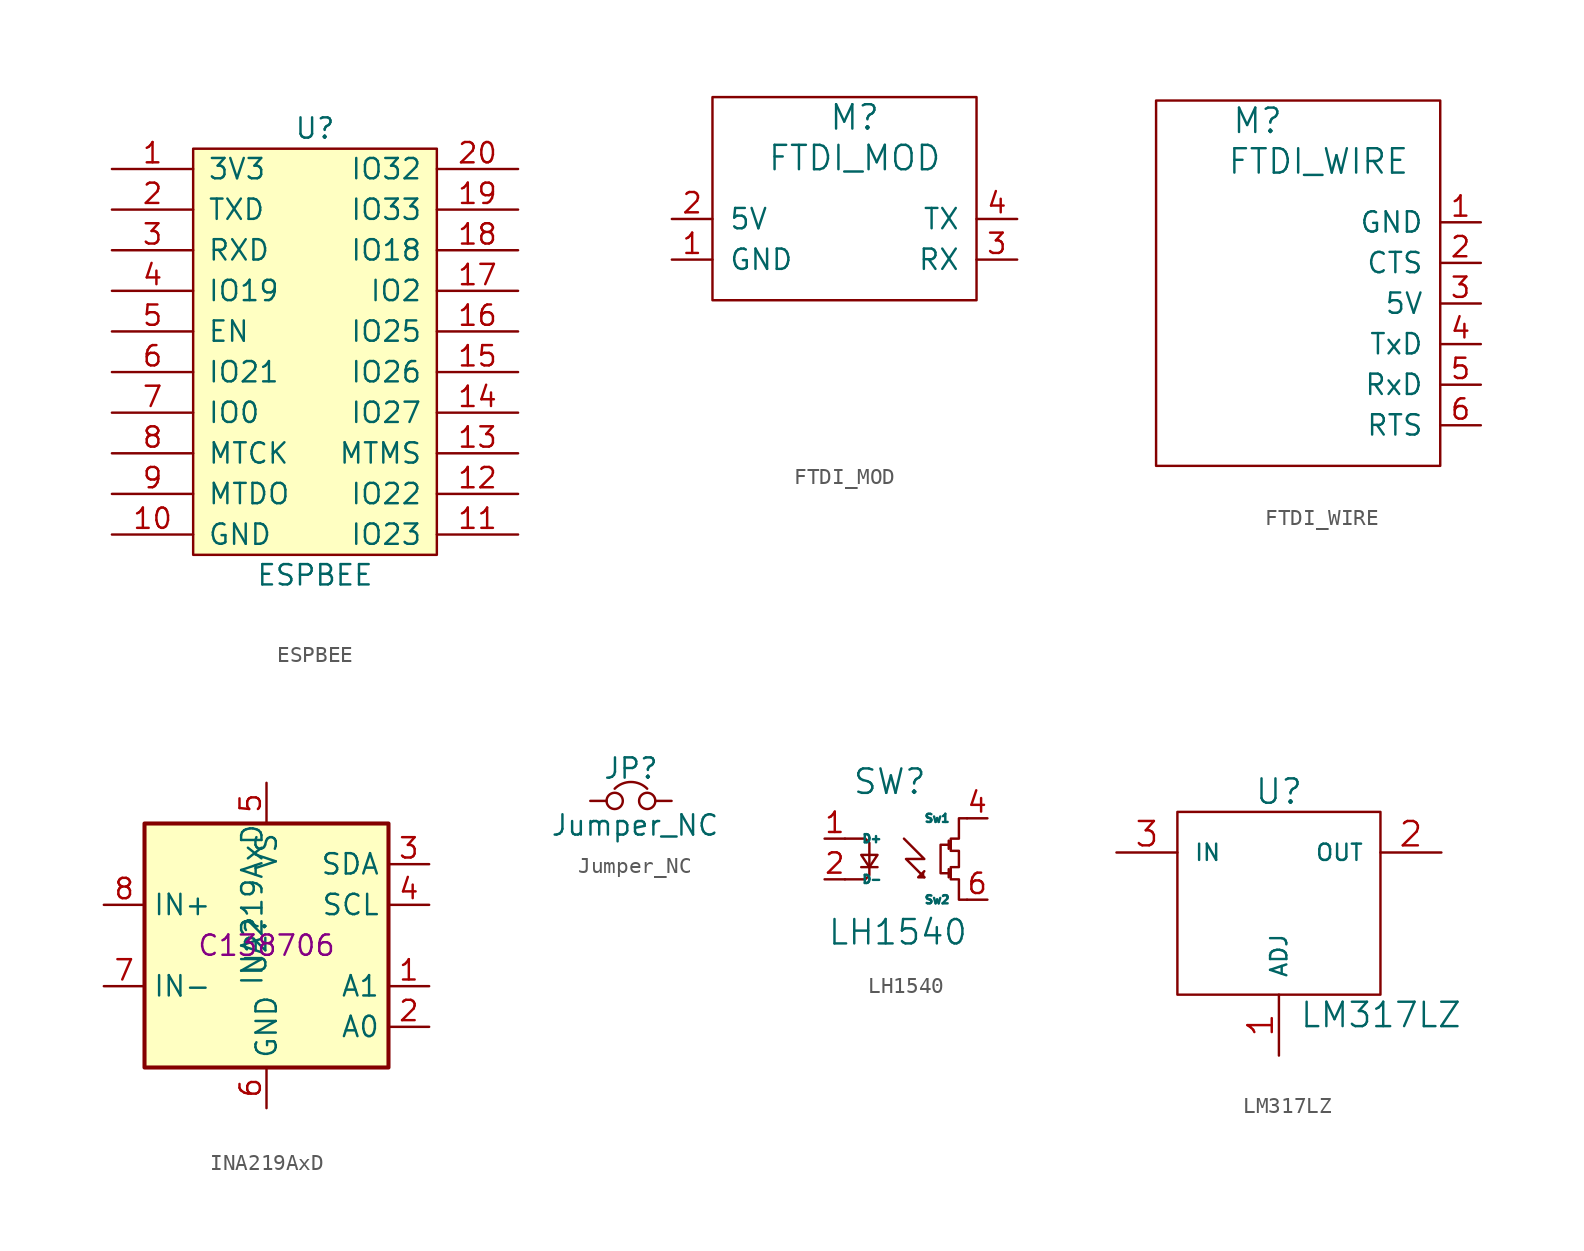
<source format=kicad_sym>
(kicad_symbol_lib
  (version 20220126)
  (generator kicad_symbol_editor)
  (symbol "ESPBEE"
    (pin_names
      (offset 0.889))
    (property "Reference" "U"
      (at 0 13.97 0)
      (effects (font (size 1.27 1.27))))
    (property "Value" "ESPBEE"
      (at 0 -13.97 0)
      (effects (font (size 1.27 1.27))))
    (symbol "ESPBEE_0_1"
      (rectangle (start -7.62 -12.7) (end 7.62 12.7) (stroke (width 0) (type default)) (fill (type background))))
    (symbol "ESPBEE_1_1"
      (pin power_in line (at -12.7 11.43 0) (length 5.08) (name "3V3" (effects (font (size 1.27 1.27)))) (number "1" (effects (font (size 1.27 1.27)))))
      (pin power_in line (at -12.7 -11.43 0) (length 5.08) (name "GND" (effects (font (size 1.27 1.27)))) (number "10" (effects (font (size 1.27 1.27)))))
      (pin bidirectional line (at 12.7 -11.43 180) (length 5.08) (name "IO23" (effects (font (size 1.27 1.27)))) (number "11" (effects (font (size 1.27 1.27)))))
      (pin bidirectional line (at 12.7 -8.89 180) (length 5.08) (name "IO22" (effects (font (size 1.27 1.27)))) (number "12" (effects (font (size 1.27 1.27)))))
      (pin bidirectional line (at 12.7 -6.35 180) (length 5.08) (name "MTMS" (effects (font (size 1.27 1.27)))) (number "13" (effects (font (size 1.27 1.27)))))
      (pin bidirectional line (at 12.7 -3.81 180) (length 5.08) (name "IO27" (effects (font (size 1.27 1.27)))) (number "14" (effects (font (size 1.27 1.27)))))
      (pin bidirectional line (at 12.7 -1.27 180) (length 5.08) (name "IO26" (effects (font (size 1.27 1.27)))) (number "15" (effects (font (size 1.27 1.27)))))
      (pin bidirectional line (at 12.7 1.27 180) (length 5.08) (name "IO25" (effects (font (size 1.27 1.27)))) (number "16" (effects (font (size 1.27 1.27)))))
      (pin bidirectional line (at 12.7 3.81 180) (length 5.08) (name "IO2" (effects (font (size 1.27 1.27)))) (number "17" (effects (font (size 1.27 1.27)))))
      (pin bidirectional line (at 12.7 6.35 180) (length 5.08) (name "IO18" (effects (font (size 1.27 1.27)))) (number "18" (effects (font (size 1.27 1.27)))))
      (pin bidirectional line (at 12.7 8.89 180) (length 5.08) (name "IO33" (effects (font (size 1.27 1.27)))) (number "19" (effects (font (size 1.27 1.27)))))
      (pin output line (at -12.7 8.89 0) (length 5.08) (name "TXD" (effects (font (size 1.27 1.27)))) (number "2" (effects (font (size 1.27 1.27)))))
      (pin bidirectional line (at 12.7 11.43 180) (length 5.08) (name "IO32" (effects (font (size 1.27 1.27)))) (number "20" (effects (font (size 1.27 1.27)))))
      (pin input line (at -12.7 6.35 0) (length 5.08) (name "RXD" (effects (font (size 1.27 1.27)))) (number "3" (effects (font (size 1.27 1.27)))))
      (pin bidirectional line (at -12.7 3.81 0) (length 5.08) (name "IO19" (effects (font (size 1.27 1.27)))) (number "4" (effects (font (size 1.27 1.27)))))
      (pin input line (at -12.7 1.27 0) (length 5.08) (name "EN" (effects (font (size 1.27 1.27)))) (number "5" (effects (font (size 1.27 1.27)))))
      (pin bidirectional line (at -12.7 -1.27 0) (length 5.08) (name "IO21" (effects (font (size 1.27 1.27)))) (number "6" (effects (font (size 1.27 1.27)))))
      (pin bidirectional line (at -12.7 -3.81 0) (length 5.08) (name "IO0" (effects (font (size 1.27 1.27)))) (number "7" (effects (font (size 1.27 1.27)))))
      (pin bidirectional line (at -12.7 -6.35 0) (length 5.08) (name "MTCK" (effects (font (size 1.27 1.27)))) (number "8" (effects (font (size 1.27 1.27)))))
      (pin output line (at -12.7 -8.89 0) (length 5.08) (name "MTDO" (effects (font (size 1.27 1.27)))) (number "9" (effects (font (size 1.27 1.27)))))))
  (symbol "FTDI_MOD"
    (pin_names
      (offset 1.016))
    (property "Reference" "M"
      (at 0 0 0)
      (effects (font (size 1.524 1.524))))
    (property "Value" "FTDI_MOD"
      (at 0 -2.54 0)
      (effects (font (size 1.524 1.524))))
    (symbol "FTDI_MOD_0_1"
      (rectangle (start 7.62 -11.43) (end -8.89 1.27) (stroke (width 0) (type default)) (fill (type none))))
    (symbol "FTDI_MOD_1_1"
      (pin power_out line (at -11.43 -8.89 0) (length 2.54) (name "GND" (effects (font (size 1.27 1.27)))) (number "1" (effects (font (size 1.27 1.27)))))
      (pin power_out line (at -11.43 -6.35 0) (length 2.54) (name "5V" (effects (font (size 1.27 1.27)))) (number "2" (effects (font (size 1.27 1.27)))))
      (pin input line (at 10.16 -8.89 180) (length 2.54) (name "RX" (effects (font (size 1.27 1.27)))) (number "3" (effects (font (size 1.27 1.27)))))
      (pin output line (at 10.16 -6.35 180) (length 2.54) (name "TX" (effects (font (size 1.27 1.27)))) (number "4" (effects (font (size 1.27 1.27)))))
      (pin power_out line (at 10.16 -11.43 180) (length 2.54) hide (name "5V" (effects (font (size 1.27 1.27)))) (number "5" (effects (font (size 1.27 1.27)))))
      (pin power_out line (at 10.16 -13.97 180) (length 2.54) hide (name "5V" (effects (font (size 1.27 1.27)))) (number "6" (effects (font (size 1.27 1.27)))))
      (pin power_out line (at 10.16 -16.51 180) (length 2.54) hide (name "GND" (effects (font (size 1.27 1.27)))) (number "7" (effects (font (size 1.27 1.27)))))
      (pin power_out line (at 10.16 -19.05 180) (length 2.54) hide (name "GND" (effects (font (size 1.27 1.27)))) (number "8" (effects (font (size 1.27 1.27)))))))
  (symbol "FTDI_WIRE"
    (pin_names
      (offset 1.016))
    (property "Reference" "M"
      (at 0 0 0)
      (effects (font (size 1.524 1.524))))
    (property "Value" "FTDI_WIRE"
      (at 3.81 -2.54 0)
      (effects (font (size 1.524 1.524))))
    (symbol "FTDI_WIRE_0_1"
      (rectangle (start -6.35 1.27) (end 11.43 -21.59) (stroke (width 0) (type default)) (fill (type none))))
    (symbol "FTDI_WIRE_1_1"
      (pin power_out line (at 13.97 -6.35 180) (length 2.54) (name "GND" (effects (font (size 1.27 1.27)))) (number "1" (effects (font (size 1.27 1.27)))))
      (pin output line (at 13.97 -8.89 180) (length 2.54) (name "CTS" (effects (font (size 1.27 1.27)))) (number "2" (effects (font (size 1.27 1.27)))))
      (pin power_out line (at 13.97 -11.43 180) (length 2.54) (name "5V" (effects (font (size 1.27 1.27)))) (number "3" (effects (font (size 1.27 1.27)))))
      (pin output line (at 13.97 -13.97 180) (length 2.54) (name "TxD" (effects (font (size 1.27 1.27)))) (number "4" (effects (font (size 1.27 1.27)))))
      (pin input line (at 13.97 -16.51 180) (length 2.54) (name "RxD" (effects (font (size 1.27 1.27)))) (number "5" (effects (font (size 1.27 1.27)))))
      (pin input line (at 13.97 -19.05 180) (length 2.54) (name "RTS" (effects (font (size 1.27 1.27)))) (number "6" (effects (font (size 1.27 1.27)))))))
  (symbol "INA219AxD"
    (property "Reference" "U2"
      (at -0.654 0 90)
      (effects (font (size 1.27 1.27))))
    (property "Value" "INA219AxD"
      (at -0.895 2.54 90)
      (effects (font (size 1.27 1.27))))
    (property "LCSC" "C138706"
      (at 0 0 0)
      (effects (font (size 1.27 1.27))))
    (symbol "INA219AxD_0_1"
      (rectangle (start -7.62 7.62) (end 7.62 -7.62) (stroke (width 0.254) (type default)) (fill (type background))))
    (symbol "INA219AxD_1_1"
      (pin input line (at 10.16 -2.54 180) (length 2.54) (name "A1" (effects (font (size 1.27 1.27)))) (number "1" (effects (font (size 1.27 1.27)))))
      (pin input line (at 10.16 -5.08 180) (length 2.54) (name "A0" (effects (font (size 1.27 1.27)))) (number "2" (effects (font (size 1.27 1.27)))))
      (pin bidirectional line (at 10.16 5.08 180) (length 2.54) (name "SDA" (effects (font (size 1.27 1.27)))) (number "3" (effects (font (size 1.27 1.27)))))
      (pin input line (at 10.16 2.54 180) (length 2.54) (name "SCL" (effects (font (size 1.27 1.27)))) (number "4" (effects (font (size 1.27 1.27)))))
      (pin power_in line (at 0 10.16 270) (length 2.54) (name "VS" (effects (font (size 1.27 1.27)))) (number "5" (effects (font (size 1.27 1.27)))))
      (pin power_in line (at 0 -10.16 90) (length 2.54) (name "GND" (effects (font (size 1.27 1.27)))) (number "6" (effects (font (size 1.27 1.27)))))
      (pin input line (at -10.16 -2.54 0) (length 2.54) (name "IN-" (effects (font (size 1.27 1.27)))) (number "7" (effects (font (size 1.27 1.27)))))
      (pin input line (at -10.16 2.54 0) (length 2.54) (name "IN+" (effects (font (size 1.27 1.27)))) (number "8" (effects (font (size 1.27 1.27)))))))
  (symbol "Jumper_NC"
    (pin_numbers hide)
    (pin_names
      (offset 0.762) hide)
    (property "Reference" "JP"
      (at 0 2.032 0)
      (effects (font (size 1.27 1.27))))
    (property "Value" "Jumper_NC"
      (at 0.254 -1.524 0)
      (effects (font (size 1.27 1.27))))
    (symbol "Jumper_NC_0_1"
      (circle (center -1.016 0) (radius 0.508) (stroke (width 0) (type default)) (fill (type none)))
      (circle (center 1.016 0) (radius 0.508) (stroke (width 0) (type default)) (fill (type none)))
      (arc (start 1.016 0.762) (mid 0 1.1828) (end -1.016 0.762) (stroke (width 0) (type default)) (fill (type none)))
      (pin passive line (at -2.54 0 0) (length 1.016) (name "1" (effects (font (size 1.27 1.27)))) (number "1" (effects (font (size 1.27 1.27)))))
      (pin passive line (at 2.54 0 180) (length 1.016) (name "2" (effects (font (size 1.27 1.27)))) (number "2" (effects (font (size 1.27 1.27)))))))
  (symbol "LH1540"
    (pin_names
      (offset 1.016))
    (property "Reference" "SW"
      (at 4.064 3.556 0)
      (effects (font (size 1.524 1.524))))
    (property "Value" "LH1540"
      (at 4.572 -5.842 0)
      (effects (font (size 1.524 1.524))))
    (symbol "LH1540_0_1"
      (polyline (pts (xy 2.286 -1.778) (xy 3.302 -1.778) (xy 3.302 -1.778)) (stroke (width 0) (type default)) (fill (type none)))
      (polyline (pts (xy 2.794 -1.016) (xy 2.794 -1.778) (xy 2.794 -1.778)) (stroke (width 0) (type default)) (fill (type none)))
      (polyline (pts (xy 7.747 -1.905) (xy 7.747 -2.413) (xy 7.747 -2.413)) (stroke (width 0) (type default)) (fill (type none)))
      (polyline (pts (xy 7.747 -0.635) (xy 7.747 -0.127) (xy 7.747 -0.127)) (stroke (width 0) (type default)) (fill (type none)))
      (polyline (pts (xy 6.223 -2.032) (xy 5.842 -2.413) (xy 6.223 -2.413) (xy 6.223 -2.413)) (stroke (width 0) (type default)) (fill (type outline)))
      (polyline (pts (xy 1.27 0) (xy 2.54 0) (xy 2.794 -0.254) (xy 2.794 -1.016) (xy 2.794 -1.016)) (stroke (width 0) (type default)) (fill (type none)))
      (polyline (pts (xy 2.286 -1.016) (xy 3.302 -1.016) (xy 2.794 -1.778) (xy 2.286 -1.016) (xy 2.286 -1.016)) (stroke (width 0) (type default)) (fill (type none)))
      (polyline (pts (xy 2.794 -1.778) (xy 2.794 -2.286) (xy 2.54 -2.54) (xy 1.27 -2.54) (xy 1.27 -2.54)) (stroke (width 0) (type default)) (fill (type none)))
      (polyline (pts (xy 4.953 0) (xy 6.223 -1.27) (xy 5.08 -1.27) (xy 6.223 -2.413) (xy 6.223 -2.413)) (stroke (width 0) (type default)) (fill (type none)))
      (polyline (pts (xy 7.747 -0.381) (xy 7.239 -0.381) (xy 7.239 -2.159) (xy 7.747 -2.159) (xy 7.747 -2.159)) (stroke (width 0) (type default)) (fill (type none)))
      (polyline (pts (xy 8.89 -3.81) (xy 8.382 -3.81) (xy 8.382 -2.54) (xy 7.874 -2.54) (xy 7.874 -1.778) (xy 8.382 -1.778) (xy 8.382 -0.762) (xy 7.874 -0.762) (xy 7.874 0) (xy 8.382 0) (xy 8.382 1.27) (xy 8.89 1.27) (xy 8.89 1.27)) (stroke (width 0) (type default)) (fill (type none))))
    (symbol "LH1540_1_1"
      (pin passive line (at 0 0 0) (length 1.27) (name "D+" (effects (font (size 0.508 0.508)))) (number "1" (effects (font (size 1.27 1.27)))))
      (pin passive line (at 0 -2.54 0) (length 1.27) (name "D-" (effects (font (size 0.508 0.508)))) (number "2" (effects (font (size 1.27 1.27)))))
      (pin passive line (at 10.16 1.27 180) (length 1.27) (name "Sw1" (effects (font (size 0.508 0.508)))) (number "4" (effects (font (size 1.27 1.27)))))
      (pin passive line (at 10.16 -3.81 180) (length 1.27) (name "Sw2" (effects (font (size 0.508 0.508)))) (number "6" (effects (font (size 1.27 1.27)))))))
  (symbol "LM317LZ"
    (pin_names
      (offset 1.016))
    (property "Reference" "U"
      (at 0 7.62 0)
      (effects (font (size 1.524 1.524))))
    (property "Value" "LM317LZ"
      (at 1.27 -6.35 0)
      (effects (font (size 1.524 1.524)) (justify left)))
    (symbol "LM317LZ_0_1"
      (rectangle (start -6.35 6.35) (end 6.35 -5.08) (stroke (width 0) (type default)) (fill (type none))))
    (symbol "LM317LZ_1_1"
      (pin input line (at 0 -8.89 90) (length 3.81) (name "ADJ" (effects (font (size 1.016 1.016)))) (number "1" (effects (font (size 1.524 1.524)))))
      (pin power_out line (at 10.16 3.81 180) (length 3.81) (name "OUT" (effects (font (size 1.016 1.016)))) (number "2" (effects (font (size 1.524 1.524)))))
      (pin input line (at -10.16 3.81 0) (length 3.81) (name "IN" (effects (font (size 1.016 1.016)))) (number "3" (effects (font (size 1.524 1.524))))))))
</source>
